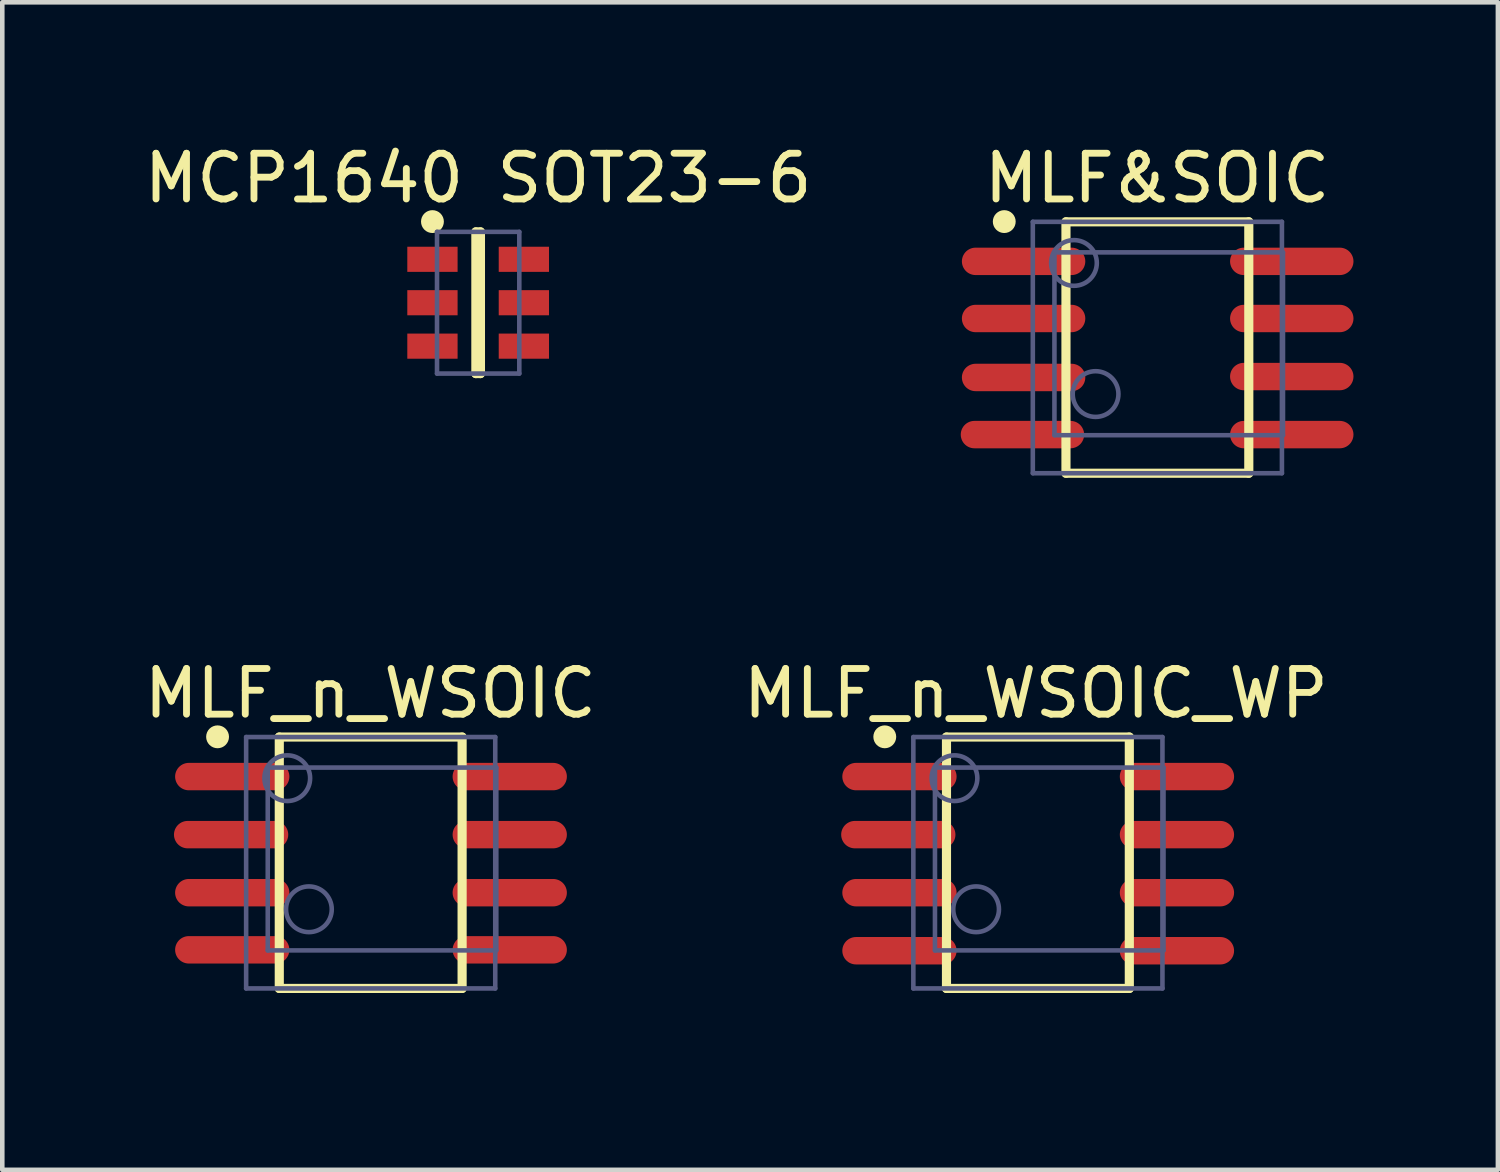
<source format=kicad_pcb>
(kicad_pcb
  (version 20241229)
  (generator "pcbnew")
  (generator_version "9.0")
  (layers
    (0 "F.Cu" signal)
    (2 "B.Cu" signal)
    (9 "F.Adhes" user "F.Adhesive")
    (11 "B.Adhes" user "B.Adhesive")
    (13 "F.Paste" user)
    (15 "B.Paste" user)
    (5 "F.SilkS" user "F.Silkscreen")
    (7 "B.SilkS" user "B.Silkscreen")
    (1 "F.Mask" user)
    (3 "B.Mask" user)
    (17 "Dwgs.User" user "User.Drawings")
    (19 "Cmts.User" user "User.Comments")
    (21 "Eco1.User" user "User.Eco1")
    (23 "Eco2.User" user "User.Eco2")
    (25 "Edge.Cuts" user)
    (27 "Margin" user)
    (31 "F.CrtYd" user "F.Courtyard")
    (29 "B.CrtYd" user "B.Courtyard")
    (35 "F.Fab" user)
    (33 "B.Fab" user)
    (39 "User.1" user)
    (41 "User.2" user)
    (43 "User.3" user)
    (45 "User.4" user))
  (footprint "MLF_n_WSOIC_WP"
    (layer "F.Cu")
    (at 19.651 15.718)
    (property "Reference" "MLF_n_WSOIC_WP" (at -0.038 -3.598 0) (layer "F.SilkS") (effects (font (size 1 1) (thickness 0.15))))
    (fp_line (start -1.994 -2.643) (end 2.006 -2.643) (stroke (width 0.2) (type solid)) (layer "F.SilkS"))
    (fp_line (start -1.994 2.857) (end -1.994 -2.643) (stroke (width 0.2) (type solid)) (layer "F.SilkS"))
    (fp_line (start -1.994 2.857) (end 2.006 2.857) (stroke (width 0.2) (type solid)) (layer "F.SilkS"))
    (fp_line (start 2.006 2.857) (end 2.006 -2.643) (stroke (width 0.2) (type solid)) (layer "F.SilkS"))
    (fp_circle (center -3.344 -2.648) (end -3.344 -2.773) (stroke (width 0.25) (type solid)) (fill no) (layer "F.SilkS"))
    (fp_rect (start -4.572 -1.397) (end -3.429 -2.159) (stroke (width 0) (type default)) (fill yes) (layer "F.Paste"))
    (fp_rect (start -4.47 -0.127) (end -3.429 -0.889) (stroke (width 0) (type default)) (fill yes) (layer "F.Paste"))
    (fp_rect (start -4.47 1.143) (end -3.429 0.381) (stroke (width 0) (type default)) (fill yes) (layer "F.Paste"))
    (fp_rect (start -4.47 2.413) (end -3.429 1.651) (stroke (width 0) (type default)) (fill yes) (layer "F.Paste"))
    (fp_rect (start 3.353 -1.397) (end 4.496 -2.159) (stroke (width 0) (type default)) (fill yes) (layer "F.Paste"))
    (fp_rect (start 3.454 -0.127) (end 4.496 -0.889) (stroke (width 0) (type default)) (fill yes) (layer "F.Paste"))
    (fp_rect (start 3.454 1.143) (end 4.496 0.381) (stroke (width 0) (type default)) (fill yes) (layer "F.Paste"))
    (fp_rect (start 3.454 2.413) (end 4.496 1.651) (stroke (width 0) (type default)) (fill yes) (layer "F.Paste"))
    (fp_line (start -4.394 -2.743) (end 4.406 -2.743) (stroke (width 0.1) (type solid)) (layer "Eco2.User"))
    (fp_line (start -4.394 2.957) (end -4.394 -2.743) (stroke (width 0.1) (type solid)) (layer "Eco2.User"))
    (fp_line (start -4.394 2.957) (end 4.406 2.957) (stroke (width 0.1) (type solid)) (layer "Eco2.User"))
    (fp_line (start -2.496 -3.725) (end 3.004 -3.725) (stroke (width 0.1) (type solid)) (layer "Eco2.User"))
    (fp_line (start -2.496 3.775) (end -2.496 -3.725) (stroke (width 0.1) (type solid)) (layer "Eco2.User"))
    (fp_line (start -2.496 3.775) (end 3.004 3.775) (stroke (width 0.1) (type solid)) (layer "Eco2.User"))
    (fp_line (start -0.494 0.107) (end 0.506 0.107) (stroke (width 0.1) (type solid)) (layer "Eco2.User"))
    (fp_line (start -0.246 0.025) (end 0.754 0.025) (stroke (width 0.1) (type solid)) (layer "Eco2.User"))
    (fp_line (start 0.006 0.607) (end 0.006 -0.393) (stroke (width 0.1) (type solid)) (layer "Eco2.User"))
    (fp_line (start 0.254 0.525) (end 0.254 -0.475) (stroke (width 0.1) (type solid)) (layer "Eco2.User"))
    (fp_line (start 3.004 3.775) (end 3.004 -3.725) (stroke (width 0.1) (type solid)) (layer "Eco2.User"))
    (fp_line (start 4.406 2.957) (end 4.406 -2.743) (stroke (width 0.1) (type solid)) (layer "Eco2.User"))
    (fp_line (start -2.719 -2.643) (end 2.731 -2.643) (stroke (width 0.1) (type solid)) (layer "B.Fab"))
    (fp_line (start -2.719 2.857) (end -2.719 -2.643) (stroke (width 0.1) (type solid)) (layer "B.Fab"))
    (fp_line (start -2.719 2.857) (end 2.731 2.857) (stroke (width 0.1) (type solid)) (layer "B.Fab"))
    (fp_line (start -2.246 -1.975) (end 2.754 -1.975) (stroke (width 0.1) (type solid)) (layer "B.Fab"))
    (fp_line (start -2.246 2.025) (end -2.246 -1.975) (stroke (width 0.1) (type solid)) (layer "B.Fab"))
    (fp_line (start -2.246 2.025) (end 2.754 2.025) (stroke (width 0.1) (type solid)) (layer "B.Fab"))
    (fp_line (start 2.731 2.857) (end 2.731 -2.643) (stroke (width 0.1) (type solid)) (layer "B.Fab"))
    (fp_line (start 2.754 2.025) (end 2.754 -1.975) (stroke (width 0.1) (type solid)) (layer "B.Fab"))
    (fp_circle (center -1.819 -1.743) (end -1.819 -2.243) (stroke (width 0.1) (type solid)) (fill no) (layer "B.Fab"))
    (fp_circle (center -1.346 1.125) (end -1.346 0.625) (stroke (width 0.1) (type solid)) (fill no) (layer "B.Fab"))
    (fp_line (start -2.921 2.387) (end -2.921 -2.413) (stroke (width 0.254) (type solid)) (layer "User.1"))
    (fp_line (start -2.879 -2.413) (end 2.921 -2.413) (stroke (width 0.254) (type solid)) (layer "User.1"))
    (fp_line (start -2.879 2.413) (end 2.921 2.413) (stroke (width 0.254) (type solid)) (layer "User.1"))
    (fp_line (start 2.921 2.387) (end 2.921 -2.413) (stroke (width 0.254) (type solid)) (layer "User.1"))
    (pad "1" smd oval (at -3.023 -1.778 90) (size 0.6 2.5) (layers "F.Cu" "F.Mask" "F.Paste"))
    (pad "2" smd oval (at -3.048 -0.508 90) (size 0.6 2.5) (layers "F.Cu" "F.Mask" "F.Paste"))
    (pad "3" smd oval (at -3.023 0.762 90) (size 0.6 2.5) (layers "F.Cu" "F.Mask" "F.Paste"))
    (pad "4" smd oval (at -3.023 2.032 90) (size 0.6 2.5) (layers "F.Cu" "F.Mask" "F.Paste"))
    (pad "5" smd oval (at 3.048 2.032 90) (size 0.6 2.5) (layers "F.Cu" "F.Mask" "F.Paste"))
    (pad "6" smd oval (at 3.048 0.762 90) (size 0.6 2.5) (layers "F.Cu" "F.Mask" "F.Paste"))
    (pad "7" smd oval (at 3.048 -0.508 90) (size 0.6 2.5) (layers "F.Cu" "F.Mask" "F.Paste"))
    (pad "8" smd oval (at 3.048 -1.778 90) (size 0.6 2.5) (layers "F.Cu" "F.Mask" "F.Paste")))
  (footprint "MLF_n_WSOIC"
    (layer "F.Cu")
    (at 5.054 15.718)
    (property "Reference" "MLF_n_WSOIC" (at 0 -3.598 0) (layer "F.SilkS") (effects (font (size 1 1) (thickness 0.15))))
    (fp_line (start -1.994 -2.643) (end 2.006 -2.643) (stroke (width 0.2) (type solid)) (layer "F.SilkS"))
    (fp_line (start -1.994 2.857) (end -1.994 -2.643) (stroke (width 0.2) (type solid)) (layer "F.SilkS"))
    (fp_line (start -1.994 2.857) (end 2.006 2.857) (stroke (width 0.2) (type solid)) (layer "F.SilkS"))
    (fp_line (start 2.006 2.857) (end 2.006 -2.643) (stroke (width 0.2) (type solid)) (layer "F.SilkS"))
    (fp_circle (center -3.344 -2.648) (end -3.344 -2.773) (stroke (width 0.25) (type solid)) (fill no) (layer "F.SilkS"))
    (fp_line (start -4.394 -2.743) (end 4.406 -2.743) (stroke (width 0.1) (type solid)) (layer "Eco2.User"))
    (fp_line (start -4.394 2.957) (end -4.394 -2.743) (stroke (width 0.1) (type solid)) (layer "Eco2.User"))
    (fp_line (start -4.394 2.957) (end 4.406 2.957) (stroke (width 0.1) (type solid)) (layer "Eco2.User"))
    (fp_line (start -2.496 -3.725) (end 3.004 -3.725) (stroke (width 0.1) (type solid)) (layer "Eco2.User"))
    (fp_line (start -2.496 3.775) (end -2.496 -3.725) (stroke (width 0.1) (type solid)) (layer "Eco2.User"))
    (fp_line (start -2.496 3.775) (end 3.004 3.775) (stroke (width 0.1) (type solid)) (layer "Eco2.User"))
    (fp_line (start -0.494 0.107) (end 0.506 0.107) (stroke (width 0.1) (type solid)) (layer "Eco2.User"))
    (fp_line (start -0.246 0.025) (end 0.754 0.025) (stroke (width 0.1) (type solid)) (layer "Eco2.User"))
    (fp_line (start 0.006 0.607) (end 0.006 -0.393) (stroke (width 0.1) (type solid)) (layer "Eco2.User"))
    (fp_line (start 0.254 0.525) (end 0.254 -0.475) (stroke (width 0.1) (type solid)) (layer "Eco2.User"))
    (fp_line (start 3.004 3.775) (end 3.004 -3.725) (stroke (width 0.1) (type solid)) (layer "Eco2.User"))
    (fp_line (start 4.406 2.957) (end 4.406 -2.743) (stroke (width 0.1) (type solid)) (layer "Eco2.User"))
    (fp_line (start -2.719 -2.643) (end 2.731 -2.643) (stroke (width 0.1) (type solid)) (layer "B.Fab"))
    (fp_line (start -2.719 2.857) (end -2.719 -2.643) (stroke (width 0.1) (type solid)) (layer "B.Fab"))
    (fp_line (start -2.719 2.857) (end 2.731 2.857) (stroke (width 0.1) (type solid)) (layer "B.Fab"))
    (fp_line (start -2.246 -1.975) (end 2.754 -1.975) (stroke (width 0.1) (type solid)) (layer "B.Fab"))
    (fp_line (start -2.246 2.025) (end -2.246 -1.975) (stroke (width 0.1) (type solid)) (layer "B.Fab"))
    (fp_line (start -2.246 2.025) (end 2.754 2.025) (stroke (width 0.1) (type solid)) (layer "B.Fab"))
    (fp_line (start 2.731 2.857) (end 2.731 -2.643) (stroke (width 0.1) (type solid)) (layer "B.Fab"))
    (fp_line (start 2.754 2.025) (end 2.754 -1.975) (stroke (width 0.1) (type solid)) (layer "B.Fab"))
    (fp_circle (center -1.819 -1.743) (end -1.819 -2.243) (stroke (width 0.1) (type solid)) (fill no) (layer "B.Fab"))
    (fp_circle (center -1.346 1.125) (end -1.346 0.625) (stroke (width 0.1) (type solid)) (fill no) (layer "B.Fab"))
    (fp_line (start -2.921 2.387) (end -2.921 -2.413) (stroke (width 0.254) (type solid)) (layer "User.1"))
    (fp_line (start -2.879 -2.413) (end 2.921 -2.413) (stroke (width 0.254) (type solid)) (layer "User.1"))
    (fp_line (start -2.879 2.413) (end 2.921 2.413) (stroke (width 0.254) (type solid)) (layer "User.1"))
    (fp_line (start 2.921 2.387) (end 2.921 -2.413) (stroke (width 0.254) (type solid)) (layer "User.1"))
    (pad "1" smd oval (at -3.023 -1.778 90) (size 0.6 2.5) (layers "F.Cu" "F.Mask" "F.Paste"))
    (pad "2" smd oval (at -3.048 -0.508 90) (size 0.6 2.5) (layers "F.Cu" "F.Mask" "F.Paste"))
    (pad "3" smd oval (at -3.023 0.762 90) (size 0.6 2.5) (layers "F.Cu" "F.Mask" "F.Paste"))
    (pad "4" smd oval (at -3.023 2.012 90) (size 0.6 2.5) (layers "F.Cu" "F.Mask" "F.Paste"))
    (pad "5" smd oval (at 3.048 2.012 90) (size 0.6 2.5) (layers "F.Cu" "F.Mask" "F.Paste"))
    (pad "6" smd oval (at 3.048 0.762 90) (size 0.6 2.5) (layers "F.Cu" "F.Mask" "F.Paste"))
    (pad "7" smd oval (at 3.048 -0.508 90) (size 0.6 2.5) (layers "F.Cu" "F.Mask" "F.Paste"))
    (pad "8" smd oval (at 3.048 -1.778 90) (size 0.6 2.5) (layers "F.Cu" "F.Mask" "F.Paste")))
  (footprint "MCP1640 SOT23-6"
    (layer "F.Cu")
    (at 7.411 3.573)
    (property "Reference" "MCP1640 SOT23-6" (at 0 -2.725 0) (layer "F.SilkS") (effects (font (size 1 1) (thickness 0.15))))
    (fp_line (start -0.05 -1.55) (end 0.05 -1.55) (stroke (width 0.2) (type solid)) (layer "F.SilkS"))
    (fp_line (start -0.05 1.55) (end -0.05 -1.55) (stroke (width 0.2) (type solid)) (layer "F.SilkS"))
    (fp_line (start -0.05 1.55) (end 0.05 1.55) (stroke (width 0.2) (type solid)) (layer "F.SilkS"))
    (fp_line (start 0.05 1.55) (end 0.05 -1.55) (stroke (width 0.2) (type solid)) (layer "F.SilkS"))
    (fp_circle (center -1 -1.775) (end -1 -1.9) (stroke (width 0.25) (type solid)) (fill no) (layer "F.SilkS"))
    (fp_line (start -1.8 -1.8) (end 1.8 -1.8) (stroke (width 0.1) (type solid)) (layer "Eco2.User"))
    (fp_line (start -1.8 1.8) (end -1.8 -1.8) (stroke (width 0.1) (type solid)) (layer "Eco2.User"))
    (fp_line (start -1.8 1.8) (end 1.8 1.8) (stroke (width 0.1) (type solid)) (layer "Eco2.User"))
    (fp_line (start -0.5 0) (end 0.5 0) (stroke (width 0.1) (type solid)) (layer "Eco2.User"))
    (fp_line (start 0 0.5) (end 0 -0.5) (stroke (width 0.1) (type solid)) (layer "Eco2.User"))
    (fp_line (start 1.8 1.8) (end 1.8 -1.8) (stroke (width 0.1) (type solid)) (layer "Eco2.User"))
    (fp_line (start -0.9 -1.55) (end 0.9 -1.55) (stroke (width 0.1) (type solid)) (layer "B.Fab"))
    (fp_line (start -0.9 1.55) (end -0.9 -1.55) (stroke (width 0.1) (type solid)) (layer "B.Fab"))
    (fp_line (start -0.9 1.55) (end 0.9 1.55) (stroke (width 0.1) (type solid)) (layer "B.Fab"))
    (fp_line (start 0.9 1.55) (end 0.9 -1.55) (stroke (width 0.1) (type solid)) (layer "B.Fab"))
    (pad "1" smd rect (at -1 -0.95 90) (size 0.55 1.1) (layers "F.Cu" "F.Mask" "F.Paste"))
    (pad "2" smd rect (at -1 0 90) (size 0.55 1.1) (layers "F.Cu" "F.Mask" "F.Paste"))
    (pad "3" smd rect (at -1 0.95 90) (size 0.55 1.1) (layers "F.Cu" "F.Mask" "F.Paste"))
    (pad "4" smd rect (at 1 0.95 90) (size 0.55 1.1) (layers "F.Cu" "F.Mask" "F.Paste"))
    (pad "5" smd rect (at 1 0 90) (size 0.55 1.1) (layers "F.Cu" "F.Mask" "F.Paste"))
    (pad "6" smd rect (at 1 -0.95 90) (size 0.55 1.1) (layers "F.Cu" "F.Mask" "F.Paste")))
  (footprint "MLF&SOIC"
    (layer "F.Cu")
    (at 22.265 4.446)
    (property "Reference" "MLF&SOIC" (at 0.0002 -3.598 0) (layer "F.SilkS") (effects (font (size 1 1) (thickness 0.15))))
    (fp_line (start -1.994 -2.643) (end 2.006 -2.643) (stroke (width 0.2) (type solid)) (layer "F.SilkS"))
    (fp_line (start -1.994 2.857) (end -1.994 -2.643) (stroke (width 0.2) (type solid)) (layer "F.SilkS"))
    (fp_line (start -1.994 2.857) (end 2.006 2.857) (stroke (width 0.2) (type solid)) (layer "F.SilkS"))
    (fp_line (start 2.006 2.857) (end 2.006 -2.643) (stroke (width 0.2) (type solid)) (layer "F.SilkS"))
    (fp_circle (center -3.344 -2.648) (end -3.344 -2.773) (stroke (width 0.25) (type solid)) (fill no) (layer "F.SilkS"))
    (fp_line (start -4.394 -2.743) (end 4.406 -2.743) (stroke (width 0.1) (type solid)) (layer "Eco2.User"))
    (fp_line (start -4.394 2.957) (end -4.394 -2.743) (stroke (width 0.1) (type solid)) (layer "Eco2.User"))
    (fp_line (start -4.394 2.957) (end 4.406 2.957) (stroke (width 0.1) (type solid)) (layer "Eco2.User"))
    (fp_line (start -2.496 -3.725) (end 3.004 -3.725) (stroke (width 0.1) (type solid)) (layer "Eco2.User"))
    (fp_line (start -2.496 3.775) (end -2.496 -3.725) (stroke (width 0.1) (type solid)) (layer "Eco2.User"))
    (fp_line (start -2.496 3.775) (end 3.004 3.775) (stroke (width 0.1) (type solid)) (layer "Eco2.User"))
    (fp_line (start -0.494 0.107) (end 0.506 0.107) (stroke (width 0.1) (type solid)) (layer "Eco2.User"))
    (fp_line (start -0.246 0.025) (end 0.754 0.025) (stroke (width 0.1) (type solid)) (layer "Eco2.User"))
    (fp_line (start 0.006 0.607) (end 0.006 -0.393) (stroke (width 0.1) (type solid)) (layer "Eco2.User"))
    (fp_line (start 0.254 0.525) (end 0.254 -0.475) (stroke (width 0.1) (type solid)) (layer "Eco2.User"))
    (fp_line (start 3.004 3.775) (end 3.004 -3.725) (stroke (width 0.1) (type solid)) (layer "Eco2.User"))
    (fp_line (start 4.406 2.957) (end 4.406 -2.743) (stroke (width 0.1) (type solid)) (layer "Eco2.User"))
    (fp_line (start -2.719 -2.643) (end 2.731 -2.643) (stroke (width 0.1) (type solid)) (layer "B.Fab"))
    (fp_line (start -2.719 2.857) (end -2.719 -2.643) (stroke (width 0.1) (type solid)) (layer "B.Fab"))
    (fp_line (start -2.719 2.857) (end 2.731 2.857) (stroke (width 0.1) (type solid)) (layer "B.Fab"))
    (fp_line (start -2.246 -1.975) (end 2.754 -1.975) (stroke (width 0.1) (type solid)) (layer "B.Fab"))
    (fp_line (start -2.246 2.025) (end -2.246 -1.975) (stroke (width 0.1) (type solid)) (layer "B.Fab"))
    (fp_line (start -2.246 2.025) (end 2.754 2.025) (stroke (width 0.1) (type solid)) (layer "B.Fab"))
    (fp_line (start 2.731 2.857) (end 2.731 -2.643) (stroke (width 0.1) (type solid)) (layer "B.Fab"))
    (fp_line (start 2.754 2.025) (end 2.754 -1.975) (stroke (width 0.1) (type solid)) (layer "B.Fab"))
    (fp_circle (center -1.819 -1.743) (end -1.819 -2.243) (stroke (width 0.1) (type solid)) (fill no) (layer "B.Fab"))
    (fp_circle (center -1.346 1.125) (end -1.346 0.625) (stroke (width 0.1) (type solid)) (fill no) (layer "B.Fab"))
    (fp_line (start -2.921 2.387) (end -2.921 -2.413) (stroke (width 0.254) (type solid)) (layer "User.1"))
    (fp_line (start -2.879 -2.413) (end 2.921 -2.413) (stroke (width 0.254) (type solid)) (layer "User.1"))
    (fp_line (start -2.879 2.413) (end 2.921 2.413) (stroke (width 0.254) (type solid)) (layer "User.1"))
    (fp_line (start 2.921 2.387) (end 2.921 -2.413) (stroke (width 0.254) (type solid)) (layer "User.1"))
    (pad "1" smd oval (at -2.946 2.012 90) (size 0.6 2.7) (layers "F.Cu" "F.Mask" "F.Paste"))
    (pad "1" smd oval (at -2.921 -1.778 90) (size 0.6 2.7) (layers "F.Cu" "F.Mask" "F.Paste"))
    (pad "1" smd oval (at -2.921 -0.528 90) (size 0.6 2.7) (layers "F.Cu" "F.Mask" "F.Paste"))
    (pad "1" smd oval (at -2.921 0.762 90) (size 0.6 2.7) (layers "F.Cu" "F.Mask" "F.Paste"))
    (pad "1" smd oval (at 2.946 -0.528 90) (size 0.6 2.7) (layers "F.Cu" "F.Mask" "F.Paste"))
    (pad "1" smd oval (at 2.946 0.742 90) (size 0.6 2.7) (layers "F.Cu" "F.Mask" "F.Paste"))
    (pad "1" smd oval (at 2.946 2.012 90) (size 0.6 2.7) (layers "F.Cu" "F.Mask" "F.Paste"))
    (pad "1" smd oval (at 2.946 -1.778 90) (size 0.6 2.7) (layers "F.Cu" "F.Mask" "F.Paste")))
  (gr_rect
    (start -3 -3)
    (end 29.721 22.543)
    (stroke (width 0.1) (type default))
    (fill no)
    (layer "Edge.Cuts")))
</source>
